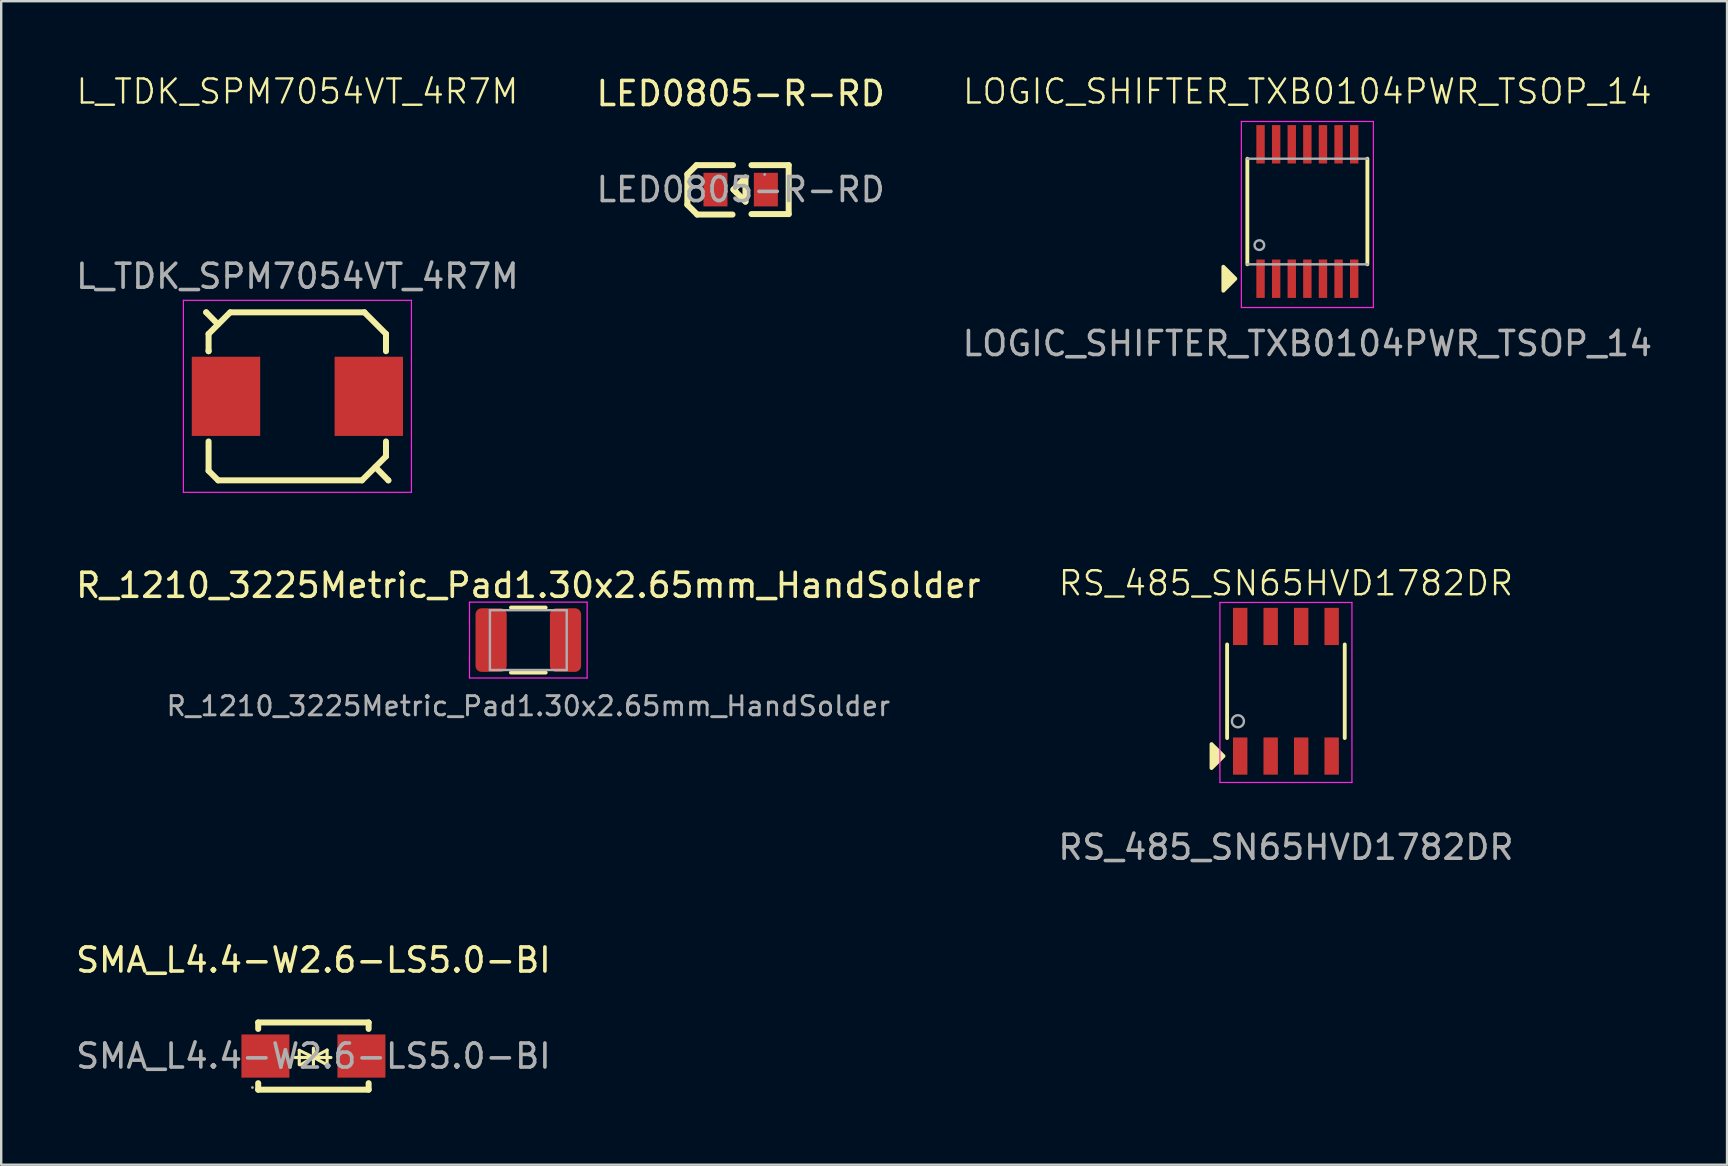
<source format=kicad_pcb>
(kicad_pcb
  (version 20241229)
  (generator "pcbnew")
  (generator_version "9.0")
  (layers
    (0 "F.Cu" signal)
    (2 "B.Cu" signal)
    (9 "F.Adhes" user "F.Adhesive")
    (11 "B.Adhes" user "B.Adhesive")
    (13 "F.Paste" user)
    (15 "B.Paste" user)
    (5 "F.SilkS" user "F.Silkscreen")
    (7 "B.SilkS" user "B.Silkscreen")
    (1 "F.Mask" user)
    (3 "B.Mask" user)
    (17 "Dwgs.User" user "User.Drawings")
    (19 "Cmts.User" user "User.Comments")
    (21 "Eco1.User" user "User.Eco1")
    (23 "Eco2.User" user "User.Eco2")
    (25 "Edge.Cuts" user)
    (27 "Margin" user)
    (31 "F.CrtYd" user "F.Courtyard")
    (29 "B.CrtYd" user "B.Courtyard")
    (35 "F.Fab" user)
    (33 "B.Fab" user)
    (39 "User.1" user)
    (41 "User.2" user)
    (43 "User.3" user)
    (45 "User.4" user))
  (footprint "RS_485_SN65HVD1782DR"
    (layer "F.Cu")
    (at 50.518 25.746)
    (property "Reference" "RS_485_SN65HVD1782DR" (at 0 -4.5 0) (unlocked yes) (layer "F.SilkS") (effects (font (size 1 1) (thickness 0.1))))
    (attr smd)
    (fp_line (start -2.45 -1.95) (end -2.45 1.95) (stroke (width 0.16) (type default)) (layer "F.SilkS"))
    (fp_line (start 2.45 -1.95) (end 2.45 1.95) (stroke (width 0.16) (type default)) (layer "F.SilkS"))
    (fp_poly (pts (xy -3.1 2.2) (xy -2.6 2.7) (xy -3.1 3.2)) (stroke (width 0.16) (type solid)) (fill yes) (layer "F.SilkS"))
    (fp_line (start -2.75 -3.7) (end 2.75 -3.7) (stroke (width 0.05) (type default)) (layer "F.CrtYd"))
    (fp_line (start -2.75 3.8) (end -2.75 -3.7) (stroke (width 0.05) (type default)) (layer "F.CrtYd"))
    (fp_line (start 2.75 -3.7) (end 2.75 3.8) (stroke (width 0.05) (type default)) (layer "F.CrtYd"))
    (fp_line (start 2.75 3.8) (end -2.75 3.8) (stroke (width 0.05) (type default)) (layer "F.CrtYd"))
    (fp_circle (center -2 1.25) (end -1.75 1.25) (stroke (width 0.1) (type default)) (fill no) (layer "F.Fab"))
    (fp_text user "${REFERENCE}" (at 0 6.5 0) (unlocked yes) (layer "F.Fab") (effects (font (size 1 1) (thickness 0.15))))
    (dimension (type aligned) (layer "User.1") (pts (xy 49.883 23.046) (xy 48.613 23.046)) (height 1.1) (format (prefix "") (suffix "") (units 3) (units_format 1) (precision 4)) (style (thickness 0.01) (arrow_length 0.01) (text_position_mode 2) (arrow_direction outward) (extension_height 0) (extension_offset 0) (keep_text_aligned yes)) (gr_text "1.2700 mm" (at 49.268 21.946 0) (layer "User.1") (effects (font (size 0.1 0.1) (thickness 0.15)))))
    (dimension (type aligned) (layer "User.1") (pts (xy 52.723 22.271) (xy 52.123 22.271)) (height 0.525) (format (prefix "") (suffix "") (units 3) (units_format 1) (precision 4)) (style (thickness 0.01) (arrow_length 0.01) (text_position_mode 2) (arrow_direction outward) (extension_height 0) (extension_offset 0) (keep_text_aligned yes)) (gr_text "0.6000 mm" (at 52.518 21.496 0) (layer "User.1") (effects (font (size 0.1 0.1) (thickness 0.15)))))
    (dimension (type aligned) (layer "User.1") (pts (xy 52.723 23.821) (xy 52.723 22.271)) (height 1.595) (format (prefix "") (suffix "") (units 3) (units_format 1) (precision 4)) (style (thickness 0.01) (arrow_length 0.01) (text_position_mode 2) (arrow_direction outward) (extension_height 0) (extension_offset 0) (keep_text_aligned yes)) (gr_text "1.5500 mm" (at 54.268 22.996 90) (layer "User.1") (effects (font (size 0.1 0.1) (thickness 0.15)))))
    (dimension (type aligned) (layer "User.1") (pts (xy 48.613 23.046) (xy 48.613 28.446)) (height 1.595) (format (prefix "") (suffix "") (units 3) (units_format 1) (precision 4)) (style (thickness 0.01) (arrow_length 0.01) (text_position_mode 2) (arrow_direction outward) (extension_height 0) (extension_offset 0) (keep_text_aligned yes)) (gr_text "5.4000 mm" (at 46.768 24.996 90) (layer "User.1") (effects (font (size 0.1 0.1) (thickness 0.15)))))
    (pad "1" smd rect (at -1.905 2.7) (size 0.6 1.55) (layers "F.Cu" "F.Mask" "F.Paste"))
    (pad "2" smd rect (at -0.635 2.7) (size 0.6 1.55) (layers "F.Cu" "F.Mask" "F.Paste"))
    (pad "3" smd rect (at 0.635 2.7) (size 0.6 1.55) (layers "F.Cu" "F.Mask" "F.Paste"))
    (pad "4" smd rect (at 1.905 2.7) (size 0.6 1.55) (layers "F.Cu" "F.Mask" "F.Paste"))
    (pad "5" smd rect (at 1.905 -2.7) (size 0.6 1.55) (layers "F.Cu" "F.Mask" "F.Paste"))
    (pad "6" smd rect (at 0.635 -2.7) (size 0.6 1.55) (layers "F.Cu" "F.Mask" "F.Paste"))
    (pad "7" smd rect (at -0.635 -2.7) (size 0.6 1.55) (layers "F.Cu" "F.Mask" "F.Paste"))
    (pad "8" smd rect (at -1.905 -2.7) (size 0.6 1.55) (layers "F.Cu" "F.Mask" "F.Paste")))
  (footprint "L_TDK_SPM7054VT_4R7M"
    (layer "F.Cu")
    (at 9.339 13.46)
    (property "Reference" "L_TDK_SPM7054VT_4R7M" (at 0 -12.7 0) (unlocked yes) (layer "F.SilkS") (effects (font (size 1 1) (thickness 0.1))))
    (attr smd)
    (fp_line (start -3.8 -3.5) (end -3.8 -3.5) (stroke (width 0.25) (type solid)) (layer "F.SilkS"))
    (fp_line (start -3.8 -3.5) (end -3.31 -3) (stroke (width 0.25) (type solid)) (layer "F.SilkS"))
    (fp_line (start -3.7 -2.6) (end -2.8 -3.5) (stroke (width 0.25) (type solid)) (layer "F.SilkS"))
    (fp_line (start -3.7 -1.88) (end -3.7 -2.6) (stroke (width 0.25) (type solid)) (layer "F.SilkS"))
    (fp_line (start -3.7 -1.88) (end -3.7 -1.9) (stroke (width 0.25) (type solid)) (layer "F.SilkS"))
    (fp_line (start -3.7 3.1) (end -3.7 1.88) (stroke (width 0.25) (type solid)) (layer "F.SilkS"))
    (fp_line (start -3.3 3.5) (end -3.7 3.1) (stroke (width 0.25) (type solid)) (layer "F.SilkS"))
    (fp_line (start -2.795 -3.5) (end 2.795 -3.5) (stroke (width 0.25) (type solid)) (layer "F.SilkS"))
    (fp_line (start 2.69 3.5) (end -3.3 3.5) (stroke (width 0.25) (type solid)) (layer "F.SilkS"))
    (fp_line (start 2.79 -3.5) (end 3.69 -2.6) (stroke (width 0.25) (type solid)) (layer "F.SilkS"))
    (fp_line (start 3.69 -2.6) (end 3.69 -1.88) (stroke (width 0.25) (type solid)) (layer "F.SilkS"))
    (fp_line (start 3.69 1.88) (end 3.69 2.5) (stroke (width 0.25) (type solid)) (layer "F.SilkS"))
    (fp_line (start 3.69 2.5) (end 2.69 3.5) (stroke (width 0.25) (type solid)) (layer "F.SilkS"))
    (fp_line (start 3.79 3.5) (end 3.25 2.95) (stroke (width 0.25) (type solid)) (layer "F.SilkS"))
    (fp_line (start 3.79 3.5) (end 3.79 3.5) (stroke (width 0.25) (type solid)) (layer "F.SilkS"))
    (fp_line (start -4.75 -4) (end 4.75 -4) (stroke (width 0.05) (type default)) (layer "F.CrtYd"))
    (fp_line (start -4.75 4) (end -4.75 -4) (stroke (width 0.05) (type default)) (layer "F.CrtYd"))
    (fp_line (start 4.75 -4) (end 4.75 4) (stroke (width 0.05) (type default)) (layer "F.CrtYd"))
    (fp_line (start 4.75 4) (end -4.75 4) (stroke (width 0.05) (type default)) (layer "F.CrtYd"))
    (fp_text user "${REFERENCE}" (at 0 -5 0) (layer "F.Fab") (effects (font (size 1 1) (thickness 0.15))))
    (dimension (type aligned) (layer "User.1") (pts (xy 10.889 15.111) (xy 7.789 15.111)) (height -0.1) (format (prefix "") (suffix "") (units 3) (units_format 1) (precision 2)) (style (thickness 0.01) (arrow_length 0.01) (text_position_mode 2) (arrow_direction outward) (extension_height 0) (extension_offset 0) (keep_text_aligned yes)) (gr_text "3.10 mm" (at 9.339 15.21 0) (layer "User.1") (effects (font (size 0.1 0.1) (thickness 0.15)))))
    (dimension (type aligned) (layer "User.1") (pts (xy 13.739 15.111) (xy 4.939 15.111)) (height -0.35) (format (prefix "") (suffix "") (units 3) (units_format 1) (precision 2)) (style (thickness 0.01) (arrow_length 0.01) (text_position_mode 2) (arrow_direction outward) (extension_height 0) (extension_offset 0) (keep_text_aligned yes)) (gr_text "8.80 mm" (at 9.339 15.46 0) (layer "User.1") (effects (font (size 0.1 0.1) (thickness 0.15)))))
    (dimension (type aligned) (layer "User.1") (pts (xy 13.739 11.81) (xy 13.739 15.111)) (height -0.225) (format (prefix "") (suffix "") (units 3) (units_format 1) (precision 2)) (style (thickness 0.01) (arrow_length 0.01) (text_position_mode 2) (arrow_direction outward) (extension_height 0) (extension_offset 0) (keep_text_aligned yes)) (gr_text "3.30 mm" (at 13.839 13.46 90) (layer "User.1") (effects (font (size 0.1 0.1) (thickness 0.15)))))
    (pad "1" smd rect (at -2.975 0) (size 2.85 3.3) (layers "F.Cu" "F.Mask" "F.Paste"))
    (pad "2" smd rect (at 2.975 0) (size 2.85 3.3) (layers "F.Cu" "F.Mask" "F.Paste")))
  (footprint "R_1210_3225Metric_Pad1.30x2.65mm_HandSolder"
    (layer "F.Cu")
    (at 18.958 23.614)
    (property "Reference" "R_1210_3225Metric_Pad1.30x2.65mm_HandSolder" (at 0 -2.28 0) (layer "F.SilkS") (effects (font (size 1 1) (thickness 0.15))))
    (attr smd)
    (fp_line (start -0.724 -1.355) (end 0.724 -1.355) (stroke (width 0.16) (type solid)) (layer "F.SilkS"))
    (fp_line (start -0.724 1.355) (end 0.724 1.355) (stroke (width 0.16) (type solid)) (layer "F.SilkS"))
    (fp_line (start -2.45 -1.58) (end 2.45 -1.58) (stroke (width 0.05) (type solid)) (layer "F.CrtYd"))
    (fp_line (start -2.45 1.58) (end -2.45 -1.58) (stroke (width 0.05) (type solid)) (layer "F.CrtYd"))
    (fp_line (start 2.45 -1.58) (end 2.45 1.58) (stroke (width 0.05) (type solid)) (layer "F.CrtYd"))
    (fp_line (start 2.45 1.58) (end -2.45 1.58) (stroke (width 0.05) (type solid)) (layer "F.CrtYd"))
    (fp_line (start -1.6 -1.245) (end 1.6 -1.245) (stroke (width 0.1) (type solid)) (layer "F.Fab"))
    (fp_line (start -1.6 1.245) (end -1.6 -1.245) (stroke (width 0.1) (type solid)) (layer "F.Fab"))
    (fp_line (start 1.6 -1.245) (end 1.6 1.245) (stroke (width 0.1) (type solid)) (layer "F.Fab"))
    (fp_line (start 1.6 1.245) (end -1.6 1.245) (stroke (width 0.1) (type solid)) (layer "F.Fab"))
    (fp_text user "${REFERENCE}" (at 0 2.75 0) (layer "F.Fab") (effects (font (size 0.8 0.8) (thickness 0.12))))
    (pad "1" smd roundrect (at -1.55 0) (size 1.3 2.65) (layers "F.Cu" "F.Mask" "F.Paste") (roundrect_rratio 0.192))
    (pad "2" smd roundrect (at 1.55 0) (size 1.3 2.65) (layers "F.Cu" "F.Mask" "F.Paste") (roundrect_rratio 0.192)))
  (footprint "SMA_L4.4-W2.6-LS5.0-BI"
    (layer "F.Cu")
    (at 10.006 40.943)
    (property "Reference" "SMA_L4.4-W2.6-LS5.0-BI" (at 0 -4 0) (layer "F.SilkS") (effects (font (size 1 1) (thickness 0.15))))
    (attr smd)
    (fp_line (start -2.3 -1.4) (end -2.3 -1.13) (stroke (width 0.25) (type solid)) (layer "F.SilkS"))
    (fp_line (start -2.3 -1.4) (end 2.3 -1.4) (stroke (width 0.25) (type solid)) (layer "F.SilkS"))
    (fp_line (start -2.3 1.13) (end -2.3 1.4) (stroke (width 0.25) (type solid)) (layer "F.SilkS"))
    (fp_line (start -2.3 1.4) (end 2.3 1.4) (stroke (width 0.25) (type solid)) (layer "F.SilkS"))
    (fp_line (start -0.76 0.06) (end 0.73 0.06) (stroke (width 0.13) (type solid)) (layer "F.SilkS"))
    (fp_line (start -0.59 -0.24) (end -0.59 0.36) (stroke (width 0.13) (type solid)) (layer "F.SilkS"))
    (fp_line (start -0.59 -0.24) (end 0 0.05) (stroke (width 0.13) (type solid)) (layer "F.SilkS"))
    (fp_line (start -0.53 0.36) (end 0 0.05) (stroke (width 0.13) (type solid)) (layer "F.SilkS"))
    (fp_line (start 0 0.05) (end 0 -0.33) (stroke (width 0.13) (type solid)) (layer "F.SilkS"))
    (fp_line (start 0 0.05) (end 0 0.43) (stroke (width 0.13) (type solid)) (layer "F.SilkS"))
    (fp_line (start 0.54 0.35) (end 0 0.05) (stroke (width 0.13) (type solid)) (layer "F.SilkS"))
    (fp_line (start 0.57 -0.25) (end 0 0.05) (stroke (width 0.13) (type solid)) (layer "F.SilkS"))
    (fp_line (start 0.57 -0.25) (end 0.57 0.35) (stroke (width 0.13) (type solid)) (layer "F.SilkS"))
    (fp_line (start 2.3 -1.4) (end 2.3 -1.13) (stroke (width 0.25) (type solid)) (layer "F.SilkS"))
    (fp_line (start 2.3 1.13) (end 2.3 1.4) (stroke (width 0.25) (type solid)) (layer "F.SilkS"))
    (fp_circle (center -2.54 1.31) (end -2.51 1.31) (stroke (width 0.06) (type solid)) (fill no) (layer "F.Fab"))
    (fp_text user "${REFERENCE}" (at 0 0 0) (layer "F.Fab") (effects (font (size 1 1) (thickness 0.15))))
    (pad "1" smd rect (at -2 0) (size 2 1.8) (layers "F.Cu" "F.Mask" "F.Paste"))
    (pad "2" smd rect (at 2 0) (size 2 1.8) (layers "F.Cu" "F.Mask" "F.Paste")))
  (footprint "LOGIC_SHIFTER_TXB0104PWR_TSOP_14"
    (layer "F.Cu")
    (at 51.411 5.761)
    (property "Reference" "LOGIC_SHIFTER_TXB0104PWR_TSOP_14" (at 0 -5 0) (unlocked yes) (layer "F.SilkS") (effects (font (size 1 1) (thickness 0.1))))
    (attr smd)
    (fp_line (start -2.5 -2.2) (end -2.5 2.2) (stroke (width 0.16) (type default)) (layer "F.SilkS"))
    (fp_line (start 2.5 -2.2) (end 2.5 2.2) (stroke (width 0.16) (type default)) (layer "F.SilkS"))
    (fp_poly (pts (xy -3.5 2.3) (xy -3 2.8) (xy -3.5 3.3)) (stroke (width 0.16) (type solid)) (fill yes) (layer "F.SilkS"))
    (fp_line (start -2.75 -3.75) (end 2.75 -3.75) (stroke (width 0.05) (type default)) (layer "F.CrtYd"))
    (fp_line (start -2.75 4) (end -2.75 -3.75) (stroke (width 0.05) (type default)) (layer "F.CrtYd"))
    (fp_line (start 2.75 -3.75) (end 2.75 4) (stroke (width 0.05) (type default)) (layer "F.CrtYd"))
    (fp_line (start 2.75 4) (end -2.75 4) (stroke (width 0.05) (type default)) (layer "F.CrtYd"))
    (fp_line (start -2.5 -2.2) (end 2.5 -2.2) (stroke (width 0.1) (type default)) (layer "F.Fab"))
    (fp_line (start -2.5 2.2) (end 2.5 2.2) (stroke (width 0.1) (type default)) (layer "F.Fab"))
    (fp_circle (center -2 1.4) (end -1.8 1.4) (stroke (width 0.1) (type default)) (fill no) (layer "F.Fab"))
    (fp_text user "${REFERENCE}" (at 0 5.5 0) (unlocked yes) (layer "F.Fab") (effects (font (size 1 1) (thickness 0.15))))
    (dimension (type aligned) (layer "User.1") (pts (xy 49.461 2.961) (xy 49.461 8.56)) (height 1.05) (format (prefix "") (suffix "") (units 3) (units_format 1) (precision 4)) (style (thickness 0.01) (arrow_length 0.01) (text_position_mode 2) (arrow_direction outward) (extension_height 0) (extension_offset 0) (keep_text_aligned yes)) (gr_text "5.6000 mm" (at 48.411 5.761 90) (layer "User.1") (effects (font (size 0.1 0.1) (thickness 0.15)))))
    (dimension (type aligned) (layer "User.1") (pts (xy 49.286 2.26) (xy 49.636 2.26)) (height -0.4) (format (prefix "") (suffix "") (units 3) (units_format 1) (precision 4)) (style (thickness 0.01) (arrow_length 0.01) (text_position_mode 2) (arrow_direction outward) (extension_height 0) (extension_offset 0) (keep_text_aligned yes)) (gr_text "0.3500 mm" (at 49.511 1.76 0) (layer "User.1") (effects (font (size 0.1 0.1) (thickness 0.15)))))
    (dimension (type aligned) (layer "User.1") (pts (xy 50.761 3.061) (xy 51.411 3.061)) (height -1.2) (format (prefix "") (suffix "") (units 3) (units_format 1) (precision 4)) (style (thickness 0.01) (arrow_length 0.01) (text_position_mode 0) (arrow_direction outward) (extension_height 0) (extension_offset 0) (keep_text_aligned yes)) (gr_text "0.6500 mm" (at 51.086 1.736 0) (layer "User.1") (effects (font (size 0.1 0.1) (thickness 0.15)))))
    (dimension (type aligned) (layer "User.1") (pts (xy 49.286 2.26) (xy 49.286 3.861)) (height 0.175) (format (prefix "") (suffix "") (units 3) (units_format 1) (precision 4)) (style (thickness 0.01) (arrow_length 0.01) (text_position_mode 2) (arrow_direction outward) (extension_height 0) (extension_offset 0) (keep_text_aligned yes)) (gr_text "1.6000 mm" (at 49.111 3.061 90) (layer "User.1") (effects (font (size 0.1 0.1) (thickness 0.15)))))
    (pad "1" smd rect (at -1.95 2.8) (size 0.35 1.6) (layers "F.Cu" "F.Mask" "F.Paste"))
    (pad "2" smd rect (at -1.3 2.8) (size 0.35 1.6) (layers "F.Cu" "F.Mask" "F.Paste"))
    (pad "3" smd rect (at -0.65 2.8) (size 0.35 1.6) (layers "F.Cu" "F.Mask" "F.Paste"))
    (pad "4" smd rect (at 0 2.8) (size 0.35 1.6) (layers "F.Cu" "F.Mask" "F.Paste"))
    (pad "5" smd rect (at 0.65 2.8) (size 0.35 1.6) (layers "F.Cu" "F.Mask" "F.Paste"))
    (pad "6" smd rect (at 1.3 2.8) (size 0.35 1.6) (layers "F.Cu" "F.Mask" "F.Paste"))
    (pad "7" smd rect (at 1.95 2.8) (size 0.35 1.6) (layers "F.Cu" "F.Mask" "F.Paste"))
    (pad "8" smd rect (at 1.95 -2.8) (size 0.35 1.6) (layers "F.Cu" "F.Mask" "F.Paste"))
    (pad "9" smd rect (at 1.3 -2.8) (size 0.35 1.6) (layers "F.Cu" "F.Mask" "F.Paste"))
    (pad "10" smd rect (at 0.65 -2.8) (size 0.35 1.6) (layers "F.Cu" "F.Mask" "F.Paste"))
    (pad "11" smd rect (at 0 -2.8) (size 0.35 1.6) (layers "F.Cu" "F.Mask" "F.Paste"))
    (pad "12" smd rect (at -0.65 -2.8) (size 0.35 1.6) (layers "F.Cu" "F.Mask" "F.Paste"))
    (pad "13" smd rect (at -1.3 -2.8) (size 0.35 1.6) (layers "F.Cu" "F.Mask" "F.Paste"))
    (pad "14" smd rect (at -1.95 -2.8) (size 0.35 1.6) (layers "F.Cu" "F.Mask" "F.Paste")))
  (footprint "LED0805-R-RD"
    (layer "F.Cu")
    (at 27.804 4.848)
    (property "Reference" "LED0805-R-RD" (at 0 -4 0) (layer "F.SilkS") (effects (font (size 1 1) (thickness 0.15))))
    (attr smd)
    (fp_line (start -2.22 -0.64) (end -1.84 -1.02) (stroke (width 0.25) (type solid)) (layer "F.SilkS"))
    (fp_line (start -2.22 0.63) (end -2.22 -0.64) (stroke (width 0.25) (type solid)) (layer "F.SilkS"))
    (fp_line (start -1.84 -1.02) (end -0.32 -1.02) (stroke (width 0.25) (type solid)) (layer "F.SilkS"))
    (fp_line (start -1.81 1.04) (end -2.22 0.63) (stroke (width 0.25) (type solid)) (layer "F.SilkS"))
    (fp_line (start -0.34 1.04) (end -1.81 1.04) (stroke (width 0.25) (type solid)) (layer "F.SilkS"))
    (fp_line (start -0.3 0) (end -0.2 0.1) (stroke (width 0.25) (type solid)) (layer "F.SilkS"))
    (fp_line (start -0.2 -0.1) (end -0.3 0) (stroke (width 0.25) (type solid)) (layer "F.SilkS"))
    (fp_line (start -0.2 0.1) (end 0.2 0.5) (stroke (width 0.25) (type solid)) (layer "F.SilkS"))
    (fp_line (start 0.2 -0.5) (end -0.2 -0.1) (stroke (width 0.25) (type solid)) (layer "F.SilkS"))
    (fp_line (start 0.2 -0.5) (end 0.2 0.5) (stroke (width 0.25) (type solid)) (layer "F.SilkS"))
    (fp_line (start 0.45 1.02) (end 2 1.02) (stroke (width 0.25) (type solid)) (layer "F.SilkS"))
    (fp_line (start 2 -1.02) (end 0.45 -1.02) (stroke (width 0.25) (type solid)) (layer "F.SilkS"))
    (fp_line (start 2 1.02) (end 2 -1.02) (stroke (width 0.25) (type solid)) (layer "F.SilkS"))
    (fp_circle (center 1 -0.63) (end 1.03 -0.63) (stroke (width 0.06) (type solid)) (fill no) (layer "F.Fab"))
    (fp_text user "${REFERENCE}" (at 0 0 0) (layer "F.Fab") (effects (font (size 1 1) (thickness 0.15))))
    (pad "1" smd rect (at 1.05 0 180) (size 1 1.4) (layers "F.Cu" "F.Mask" "F.Paste"))
    (pad "2" smd rect (at -1.05 0 180) (size 1 1.4) (layers "F.Cu" "F.Mask" "F.Paste")))
  (gr_rect
    (start -3 -3)
    (end 68.893 45.468)
    (stroke (width 0.1) (type default))
    (fill no)
    (layer "Edge.Cuts")))
</source>
